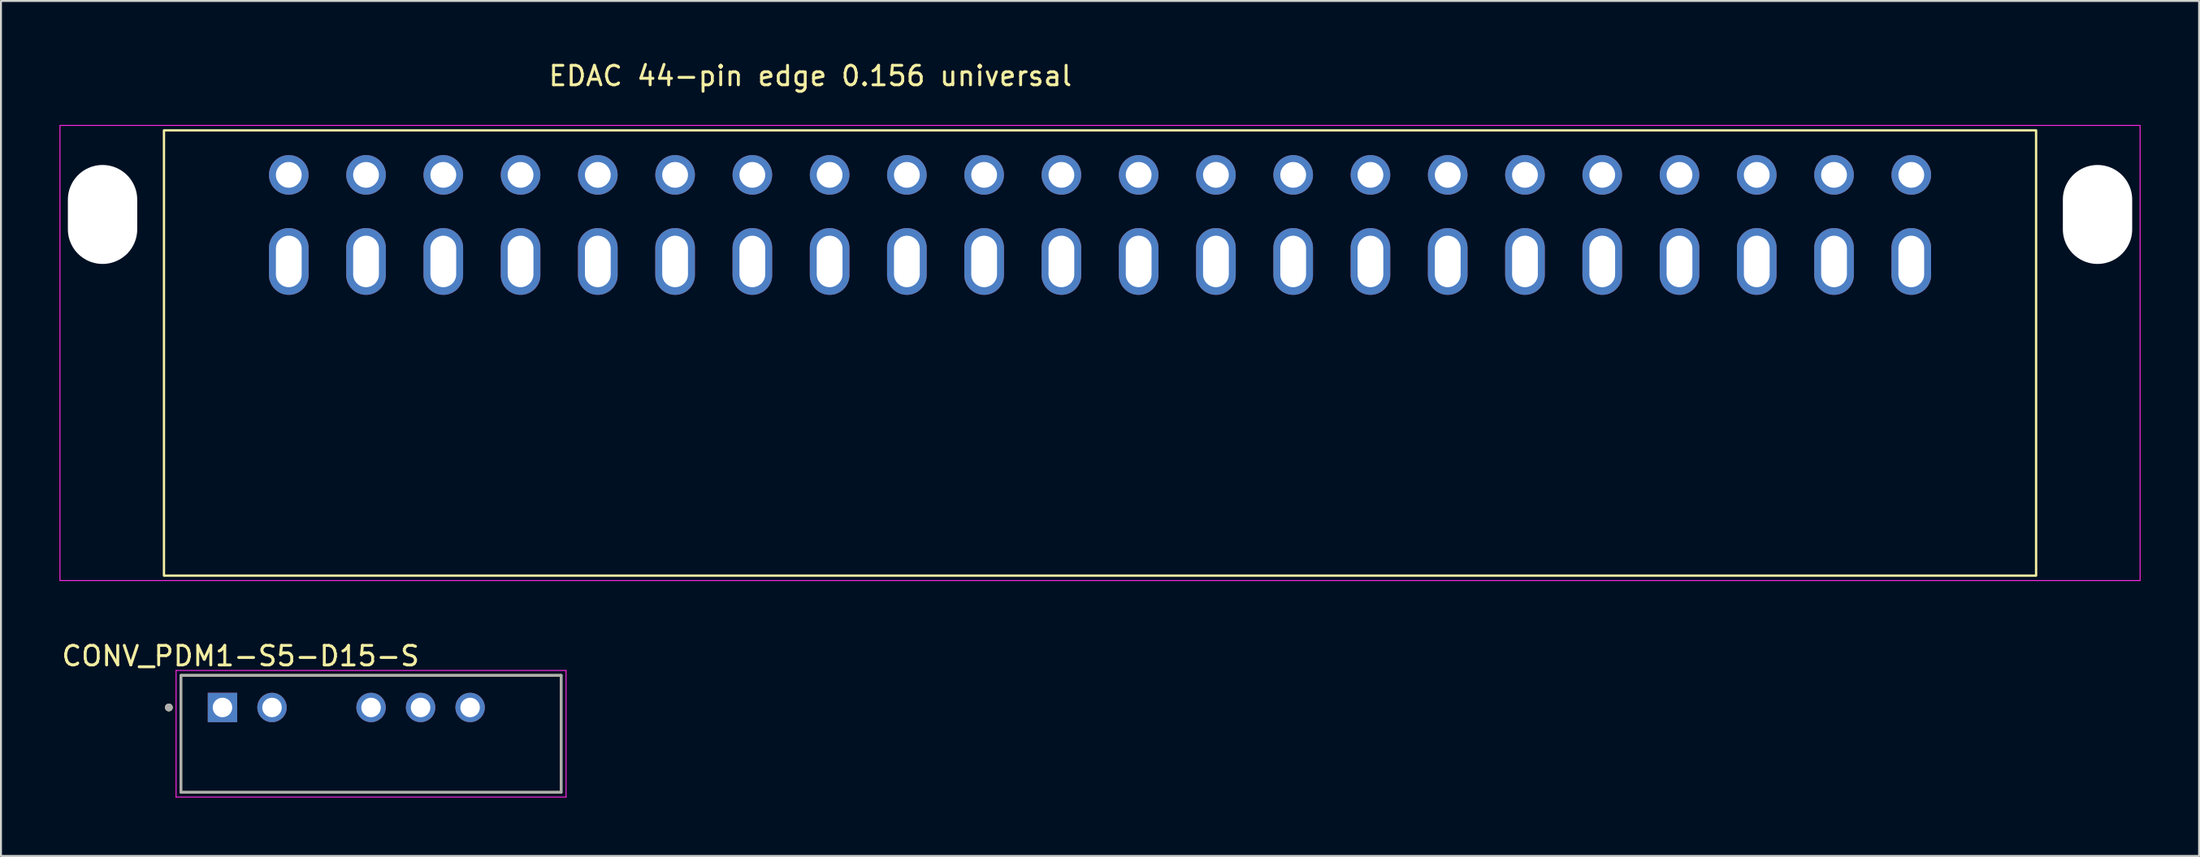
<source format=kicad_pcb>
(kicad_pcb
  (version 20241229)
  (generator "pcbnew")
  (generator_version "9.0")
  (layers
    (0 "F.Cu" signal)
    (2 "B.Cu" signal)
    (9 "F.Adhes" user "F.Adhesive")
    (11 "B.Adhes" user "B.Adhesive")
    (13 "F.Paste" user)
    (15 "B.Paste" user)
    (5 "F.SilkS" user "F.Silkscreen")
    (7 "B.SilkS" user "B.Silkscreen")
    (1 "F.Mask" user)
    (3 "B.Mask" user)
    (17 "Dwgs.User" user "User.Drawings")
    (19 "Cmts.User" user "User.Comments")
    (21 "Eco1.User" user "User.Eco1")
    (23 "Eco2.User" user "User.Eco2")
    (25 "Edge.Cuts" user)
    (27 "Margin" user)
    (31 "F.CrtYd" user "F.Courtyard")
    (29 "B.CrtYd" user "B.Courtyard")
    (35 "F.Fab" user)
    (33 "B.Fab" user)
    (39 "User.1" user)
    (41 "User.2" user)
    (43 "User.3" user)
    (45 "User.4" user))
  (footprint " EDAC 44-pin edge 0.156 universal"
    (layer "F.Cu")
    (at 53.365 8.468)
    (property "Reference" " EDAC 44-pin edge 0.156 universal" (at -15.24 -7.62 0) (unlocked yes) (layer "F.SilkS") (effects (font (size 1 1) (thickness 0.15))))
    (attr through_hole)
    (fp_rect (start -48.006 -4.826) (end 48.006 18.034) (stroke (width 0.12) (type solid)) (fill no) (layer "F.SilkS"))
    (fp_rect (start -53.34 -5.08) (end 53.34 18.288) (stroke (width 0.05) (type solid)) (fill no) (layer "F.CrtYd"))
    (pad "" np_thru_hole oval (at -51.156 -0.508) (size 3.556 5.08) (drill oval 3.556 5.08) (layers "*.Cu" "*.Mask"))
    (pad "" np_thru_hole oval (at 51.156 -0.508) (size 3.556 5.08) (drill oval 3.556 5.08) (layers "*.Cu" "*.Mask"))
    (pad "1" thru_hole oval (at -41.605 1.905 180) (size 2.032 3.429) (drill oval 1.321 2.642) (layers "*.Cu" "*.Mask"))
    (pad "2" thru_hole oval (at -37.643 1.905 180) (size 2.032 3.429) (drill oval 1.321 2.642) (layers "*.Cu" "*.Mask"))
    (pad "3" thru_hole oval (at -33.68 1.905 180) (size 2.032 3.429) (drill oval 1.321 2.642) (layers "*.Cu" "*.Mask"))
    (pad "4" thru_hole oval (at -29.718 1.905 180) (size 2.032 3.429) (drill oval 1.321 2.642) (layers "*.Cu" "*.Mask"))
    (pad "5" thru_hole oval (at -25.756 1.905 180) (size 2.032 3.429) (drill oval 1.321 2.642) (layers "*.Cu" "*.Mask"))
    (pad "6" thru_hole oval (at -21.793 1.905 180) (size 2.032 3.429) (drill oval 1.321 2.642) (layers "*.Cu" "*.Mask"))
    (pad "7" thru_hole oval (at -17.831 1.905 180) (size 2.032 3.429) (drill oval 1.321 2.642) (layers "*.Cu" "*.Mask"))
    (pad "8" thru_hole oval (at -13.868 1.905 180) (size 2.032 3.429) (drill oval 1.321 2.642) (layers "*.Cu" "*.Mask"))
    (pad "9" thru_hole oval (at -9.906 1.905 180) (size 2.032 3.429) (drill oval 1.321 2.642) (layers "*.Cu" "*.Mask"))
    (pad "10" thru_hole oval (at -5.944 1.905 180) (size 2.032 3.429) (drill oval 1.321 2.642) (layers "*.Cu" "*.Mask"))
    (pad "11" thru_hole oval (at -1.981 1.905 180) (size 2.032 3.429) (drill oval 1.321 2.642) (layers "*.Cu" "*.Mask"))
    (pad "12" thru_hole oval (at 1.981 1.905 180) (size 2.032 3.429) (drill oval 1.321 2.642) (layers "*.Cu" "*.Mask"))
    (pad "13" thru_hole oval (at 5.944 1.905 180) (size 2.032 3.429) (drill oval 1.321 2.642) (layers "*.Cu" "*.Mask"))
    (pad "14" thru_hole oval (at 9.906 1.905 180) (size 2.032 3.429) (drill oval 1.321 2.642) (layers "*.Cu" "*.Mask"))
    (pad "15" thru_hole oval (at 13.868 1.905 180) (size 2.032 3.429) (drill oval 1.321 2.642) (layers "*.Cu" "*.Mask"))
    (pad "16" thru_hole oval (at 17.831 1.905 180) (size 2.032 3.429) (drill oval 1.321 2.642) (layers "*.Cu" "*.Mask"))
    (pad "17" thru_hole oval (at 21.793 1.905 180) (size 2.032 3.429) (drill oval 1.321 2.642) (layers "*.Cu" "*.Mask"))
    (pad "18" thru_hole oval (at 25.756 1.905 180) (size 2.032 3.429) (drill oval 1.321 2.642) (layers "*.Cu" "*.Mask"))
    (pad "19" thru_hole oval (at 29.718 1.905 180) (size 2.032 3.429) (drill oval 1.321 2.642) (layers "*.Cu" "*.Mask"))
    (pad "20" thru_hole oval (at 33.68 1.905 180) (size 2.032 3.429) (drill oval 1.321 2.642) (layers "*.Cu" "*.Mask"))
    (pad "21" thru_hole oval (at 37.643 1.905 180) (size 2.032 3.429) (drill oval 1.321 2.642) (layers "*.Cu" "*.Mask"))
    (pad "22" thru_hole oval (at 41.605 1.905 180) (size 2.032 3.429) (drill oval 1.321 2.642) (layers "*.Cu" "*.Mask"))
    (pad "A" thru_hole circle (at -41.605 -2.54 180) (size 2.032 2.032) (drill 1.321) (layers "*.Cu" "*.Mask"))
    (pad "B" thru_hole circle (at -37.643 -2.54 180) (size 2.032 2.032) (drill 1.321) (layers "*.Cu" "*.Mask"))
    (pad "C" thru_hole circle (at -33.68 -2.54 180) (size 2.032 2.032) (drill 1.321) (layers "*.Cu" "*.Mask"))
    (pad "D" thru_hole circle (at -29.718 -2.54 180) (size 2.032 2.032) (drill 1.321) (layers "*.Cu" "*.Mask"))
    (pad "E" thru_hole circle (at -25.756 -2.54 180) (size 2.032 2.032) (drill 1.321) (layers "*.Cu" "*.Mask"))
    (pad "F" thru_hole circle (at -21.793 -2.54 180) (size 2.032 2.032) (drill 1.321) (layers "*.Cu" "*.Mask"))
    (pad "H" thru_hole circle (at -17.831 -2.54 180) (size 2.032 2.032) (drill 1.321) (layers "*.Cu" "*.Mask"))
    (pad "J" thru_hole circle (at -13.868 -2.54 180) (size 2.032 2.032) (drill 1.321) (layers "*.Cu" "*.Mask"))
    (pad "K" thru_hole circle (at -9.906 -2.54 180) (size 2.032 2.032) (drill 1.321) (layers "*.Cu" "*.Mask"))
    (pad "L" thru_hole circle (at -5.944 -2.54 180) (size 2.032 2.032) (drill 1.321) (layers "*.Cu" "*.Mask"))
    (pad "M" thru_hole circle (at -1.981 -2.54 180) (size 2.032 2.032) (drill 1.321) (layers "*.Cu" "*.Mask"))
    (pad "N" thru_hole circle (at 1.981 -2.54 180) (size 2.032 2.032) (drill 1.321) (layers "*.Cu" "*.Mask"))
    (pad "P" thru_hole circle (at 5.944 -2.54 180) (size 2.032 2.032) (drill 1.321) (layers "*.Cu" "*.Mask"))
    (pad "R" thru_hole circle (at 9.906 -2.54 180) (size 2.032 2.032) (drill 1.321) (layers "*.Cu" "*.Mask"))
    (pad "S" thru_hole circle (at 13.868 -2.54 180) (size 2.032 2.032) (drill 1.321) (layers "*.Cu" "*.Mask"))
    (pad "T" thru_hole circle (at 17.831 -2.54 180) (size 2.032 2.032) (drill 1.321) (layers "*.Cu" "*.Mask"))
    (pad "U" thru_hole circle (at 21.793 -2.54 180) (size 2.032 2.032) (drill 1.321) (layers "*.Cu" "*.Mask"))
    (pad "V" thru_hole circle (at 25.756 -2.54 180) (size 2.032 2.032) (drill 1.321) (layers "*.Cu" "*.Mask"))
    (pad "W" thru_hole circle (at 29.718 -2.54 180) (size 2.032 2.032) (drill 1.321) (layers "*.Cu" "*.Mask"))
    (pad "X" thru_hole circle (at 33.68 -2.54 180) (size 2.032 2.032) (drill 1.321) (layers "*.Cu" "*.Mask"))
    (pad "Y" thru_hole circle (at 37.643 -2.54 180) (size 2.032 2.032) (drill 1.321) (layers "*.Cu" "*.Mask"))
    (pad "Z" thru_hole circle (at 41.605 -2.54 180) (size 2.032 2.032) (drill 1.321) (layers "*.Cu" "*.Mask")))
  (footprint "CONV_PDM1-S5-D15-S"
    (layer "F.Cu")
    (at 8.36 33.271)
    (property "Reference" "CONV_PDM1-S5-D15-S" (at 0.927 -2.641 0) (layer "F.SilkS") (effects (font (size 1.002 1.002) (thickness 0.15))))
    (attr through_hole)
    (fp_line (start -2.13 -1.65) (end 17.37 -1.65) (stroke (width 0.127) (type solid)) (layer "F.SilkS"))
    (fp_line (start -2.13 4.35) (end -2.13 -1.65) (stroke (width 0.127) (type solid)) (layer "F.SilkS"))
    (fp_line (start 17.37 -1.65) (end 17.37 4.35) (stroke (width 0.127) (type solid)) (layer "F.SilkS"))
    (fp_line (start 17.37 4.35) (end -2.13 4.35) (stroke (width 0.127) (type solid)) (layer "F.SilkS"))
    (fp_circle (center -2.75 0) (end -2.65 0) (stroke (width 0.2) (type solid)) (fill no) (layer "F.SilkS"))
    (fp_line (start -2.38 -1.9) (end 17.62 -1.9) (stroke (width 0.05) (type solid)) (layer "F.CrtYd"))
    (fp_line (start -2.38 4.6) (end -2.38 -1.9) (stroke (width 0.05) (type solid)) (layer "F.CrtYd"))
    (fp_line (start 17.62 -1.9) (end 17.62 4.6) (stroke (width 0.05) (type solid)) (layer "F.CrtYd"))
    (fp_line (start 17.62 4.6) (end -2.38 4.6) (stroke (width 0.05) (type solid)) (layer "F.CrtYd"))
    (fp_line (start -2.13 -1.65) (end 17.37 -1.65) (stroke (width 0.127) (type solid)) (layer "F.Fab"))
    (fp_line (start -2.13 4.35) (end -2.13 -1.65) (stroke (width 0.127) (type solid)) (layer "F.Fab"))
    (fp_line (start 17.37 -1.65) (end 17.37 4.35) (stroke (width 0.127) (type solid)) (layer "F.Fab"))
    (fp_line (start 17.37 4.35) (end -2.13 4.35) (stroke (width 0.127) (type solid)) (layer "F.Fab"))
    (fp_circle (center -2.75 0) (end -2.65 0) (stroke (width 0.2) (type solid)) (fill no) (layer "F.Fab"))
    (pad "1" thru_hole rect (at 0 0) (size 1.508 1.508) (drill 1) (layers "*.Cu" "*.Mask"))
    (pad "2" thru_hole circle (at 2.54 0) (size 1.508 1.508) (drill 1) (layers "*.Cu" "*.Mask"))
    (pad "4" thru_hole circle (at 7.62 0) (size 1.508 1.508) (drill 1) (layers "*.Cu" "*.Mask"))
    (pad "5" thru_hole circle (at 10.16 0) (size 1.508 1.508) (drill 1) (layers "*.Cu" "*.Mask"))
    (pad "6" thru_hole circle (at 12.7 0) (size 1.508 1.508) (drill 1) (layers "*.Cu" "*.Mask")))
  (gr_rect
    (start -3 -3)
    (end 109.73 40.896)
    (stroke (width 0.1) (type default))
    (fill no)
    (layer "Edge.Cuts")))
</source>
